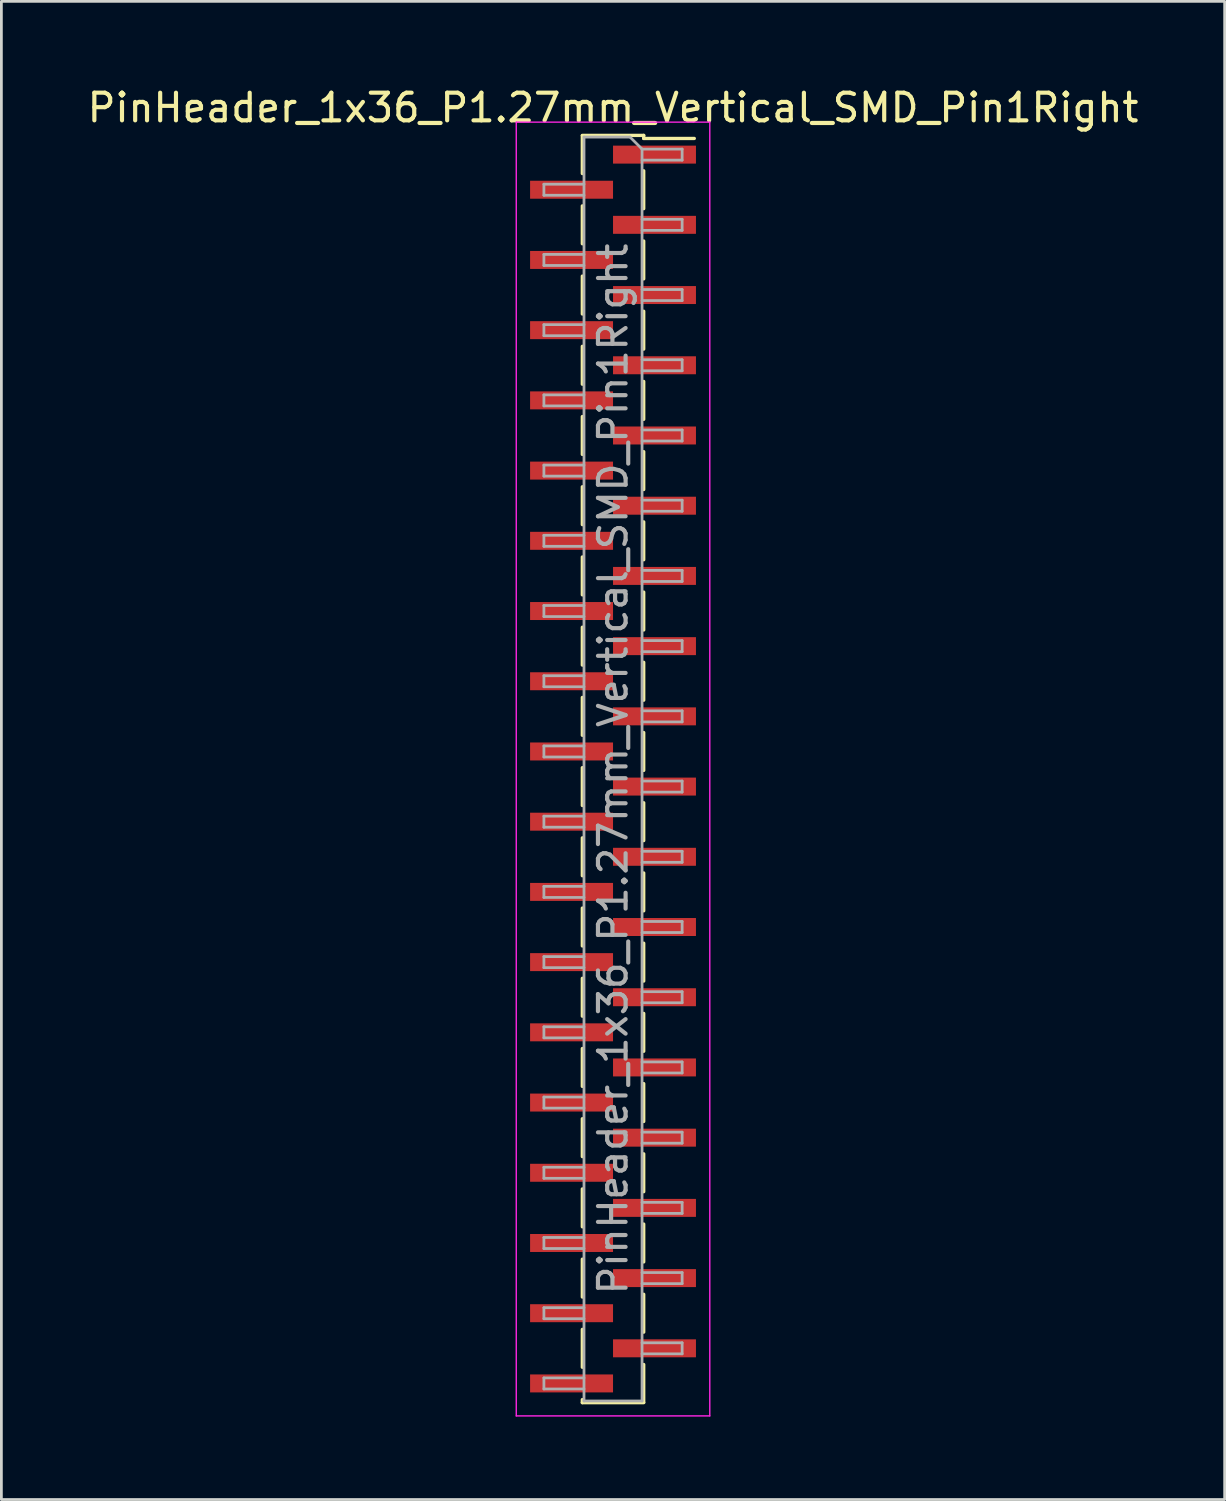
<source format=kicad_pcb>
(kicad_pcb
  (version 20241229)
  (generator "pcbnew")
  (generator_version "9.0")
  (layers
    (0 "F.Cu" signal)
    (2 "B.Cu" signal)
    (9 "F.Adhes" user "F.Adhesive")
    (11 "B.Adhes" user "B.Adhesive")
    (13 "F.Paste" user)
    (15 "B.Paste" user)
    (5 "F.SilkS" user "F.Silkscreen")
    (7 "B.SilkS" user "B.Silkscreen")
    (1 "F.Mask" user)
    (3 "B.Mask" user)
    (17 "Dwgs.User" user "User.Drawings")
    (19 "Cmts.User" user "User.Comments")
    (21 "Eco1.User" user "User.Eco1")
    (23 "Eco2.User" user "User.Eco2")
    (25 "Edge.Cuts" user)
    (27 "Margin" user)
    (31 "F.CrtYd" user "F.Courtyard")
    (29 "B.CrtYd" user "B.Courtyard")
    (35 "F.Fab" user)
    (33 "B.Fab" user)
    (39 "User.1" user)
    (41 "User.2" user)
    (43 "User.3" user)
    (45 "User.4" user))
  (footprint "PinHeader_1x36_P1.27mm_Vertical_SMD_Pin1Right"
    (layer "F.Cu")
    (at 19.125 24.768)
    (property "Reference" "PinHeader_1x36_P1.27mm_Vertical_SMD_Pin1Right" (at 0 -23.92 0) (layer "F.SilkS") (effects (font (size 1 1) (thickness 0.15))))
    (attr smd)
    (fp_line (start -1.11 -22.92) (end 1.11 -22.92) (stroke (width 0.12) (type solid)) (layer "F.SilkS"))
    (fp_line (start -1.11 -22.91) (end -1.11 -21.54) (stroke (width 0.12) (type solid)) (layer "F.SilkS"))
    (fp_line (start -1.11 -20.37) (end -1.11 -19) (stroke (width 0.12) (type solid)) (layer "F.SilkS"))
    (fp_line (start -1.11 -17.83) (end -1.11 -16.46) (stroke (width 0.12) (type solid)) (layer "F.SilkS"))
    (fp_line (start -1.11 -15.29) (end -1.11 -13.92) (stroke (width 0.12) (type solid)) (layer "F.SilkS"))
    (fp_line (start -1.11 -12.75) (end -1.11 -11.38) (stroke (width 0.12) (type solid)) (layer "F.SilkS"))
    (fp_line (start -1.11 -10.21) (end -1.11 -8.84) (stroke (width 0.12) (type solid)) (layer "F.SilkS"))
    (fp_line (start -1.11 -7.67) (end -1.11 -6.3) (stroke (width 0.12) (type solid)) (layer "F.SilkS"))
    (fp_line (start -1.11 -5.13) (end -1.11 -3.76) (stroke (width 0.12) (type solid)) (layer "F.SilkS"))
    (fp_line (start -1.11 -2.59) (end -1.11 -1.22) (stroke (width 0.12) (type solid)) (layer "F.SilkS"))
    (fp_line (start -1.11 -0.05) (end -1.11 1.32) (stroke (width 0.12) (type solid)) (layer "F.SilkS"))
    (fp_line (start -1.11 2.49) (end -1.11 3.86) (stroke (width 0.12) (type solid)) (layer "F.SilkS"))
    (fp_line (start -1.11 5.03) (end -1.11 6.4) (stroke (width 0.12) (type solid)) (layer "F.SilkS"))
    (fp_line (start -1.11 7.57) (end -1.11 8.94) (stroke (width 0.12) (type solid)) (layer "F.SilkS"))
    (fp_line (start -1.11 10.11) (end -1.11 11.48) (stroke (width 0.12) (type solid)) (layer "F.SilkS"))
    (fp_line (start -1.11 12.65) (end -1.11 14.02) (stroke (width 0.12) (type solid)) (layer "F.SilkS"))
    (fp_line (start -1.11 15.19) (end -1.11 16.56) (stroke (width 0.12) (type solid)) (layer "F.SilkS"))
    (fp_line (start -1.11 17.73) (end -1.11 19.1) (stroke (width 0.12) (type solid)) (layer "F.SilkS"))
    (fp_line (start -1.11 20.27) (end -1.11 21.64) (stroke (width 0.12) (type solid)) (layer "F.SilkS"))
    (fp_line (start -1.11 22.81) (end -1.11 22.92) (stroke (width 0.12) (type solid)) (layer "F.SilkS"))
    (fp_line (start -1.11 22.92) (end 1.11 22.92) (stroke (width 0.12) (type solid)) (layer "F.SilkS"))
    (fp_line (start 1.11 -22.92) (end 1.11 -22.81) (stroke (width 0.12) (type solid)) (layer "F.SilkS"))
    (fp_line (start 1.11 -22.81) (end 2.94 -22.81) (stroke (width 0.12) (type solid)) (layer "F.SilkS"))
    (fp_line (start 1.11 -21.64) (end 1.11 -20.27) (stroke (width 0.12) (type solid)) (layer "F.SilkS"))
    (fp_line (start 1.11 -19.1) (end 1.11 -17.73) (stroke (width 0.12) (type solid)) (layer "F.SilkS"))
    (fp_line (start 1.11 -16.56) (end 1.11 -15.19) (stroke (width 0.12) (type solid)) (layer "F.SilkS"))
    (fp_line (start 1.11 -14.02) (end 1.11 -12.65) (stroke (width 0.12) (type solid)) (layer "F.SilkS"))
    (fp_line (start 1.11 -11.48) (end 1.11 -10.11) (stroke (width 0.12) (type solid)) (layer "F.SilkS"))
    (fp_line (start 1.11 -8.94) (end 1.11 -7.57) (stroke (width 0.12) (type solid)) (layer "F.SilkS"))
    (fp_line (start 1.11 -6.4) (end 1.11 -5.03) (stroke (width 0.12) (type solid)) (layer "F.SilkS"))
    (fp_line (start 1.11 -3.86) (end 1.11 -2.49) (stroke (width 0.12) (type solid)) (layer "F.SilkS"))
    (fp_line (start 1.11 -1.32) (end 1.11 0.05) (stroke (width 0.12) (type solid)) (layer "F.SilkS"))
    (fp_line (start 1.11 1.22) (end 1.11 2.59) (stroke (width 0.12) (type solid)) (layer "F.SilkS"))
    (fp_line (start 1.11 3.76) (end 1.11 5.13) (stroke (width 0.12) (type solid)) (layer "F.SilkS"))
    (fp_line (start 1.11 6.3) (end 1.11 7.67) (stroke (width 0.12) (type solid)) (layer "F.SilkS"))
    (fp_line (start 1.11 8.84) (end 1.11 10.21) (stroke (width 0.12) (type solid)) (layer "F.SilkS"))
    (fp_line (start 1.11 11.38) (end 1.11 12.75) (stroke (width 0.12) (type solid)) (layer "F.SilkS"))
    (fp_line (start 1.11 13.92) (end 1.11 15.29) (stroke (width 0.12) (type solid)) (layer "F.SilkS"))
    (fp_line (start 1.11 16.46) (end 1.11 17.83) (stroke (width 0.12) (type solid)) (layer "F.SilkS"))
    (fp_line (start 1.11 19) (end 1.11 20.37) (stroke (width 0.12) (type solid)) (layer "F.SilkS"))
    (fp_line (start 1.11 21.54) (end 1.11 22.91) (stroke (width 0.12) (type solid)) (layer "F.SilkS"))
    (fp_line (start -3.5 -23.4) (end -3.5 23.4) (stroke (width 0.05) (type solid)) (layer "F.CrtYd"))
    (fp_line (start -3.5 23.4) (end 3.5 23.4) (stroke (width 0.05) (type solid)) (layer "F.CrtYd"))
    (fp_line (start 3.5 -23.4) (end -3.5 -23.4) (stroke (width 0.05) (type solid)) (layer "F.CrtYd"))
    (fp_line (start 3.5 23.4) (end 3.5 -23.4) (stroke (width 0.05) (type solid)) (layer "F.CrtYd"))
    (fp_line (start -2.5 -21.155) (end -2.5 -20.755) (stroke (width 0.1) (type solid)) (layer "F.Fab"))
    (fp_line (start -2.5 -20.755) (end -1.05 -20.755) (stroke (width 0.1) (type solid)) (layer "F.Fab"))
    (fp_line (start -2.5 -18.615) (end -2.5 -18.215) (stroke (width 0.1) (type solid)) (layer "F.Fab"))
    (fp_line (start -2.5 -18.215) (end -1.05 -18.215) (stroke (width 0.1) (type solid)) (layer "F.Fab"))
    (fp_line (start -2.5 -16.075) (end -2.5 -15.675) (stroke (width 0.1) (type solid)) (layer "F.Fab"))
    (fp_line (start -2.5 -15.675) (end -1.05 -15.675) (stroke (width 0.1) (type solid)) (layer "F.Fab"))
    (fp_line (start -2.5 -13.535) (end -2.5 -13.135) (stroke (width 0.1) (type solid)) (layer "F.Fab"))
    (fp_line (start -2.5 -13.135) (end -1.05 -13.135) (stroke (width 0.1) (type solid)) (layer "F.Fab"))
    (fp_line (start -2.5 -10.995) (end -2.5 -10.595) (stroke (width 0.1) (type solid)) (layer "F.Fab"))
    (fp_line (start -2.5 -10.595) (end -1.05 -10.595) (stroke (width 0.1) (type solid)) (layer "F.Fab"))
    (fp_line (start -2.5 -8.455) (end -2.5 -8.055) (stroke (width 0.1) (type solid)) (layer "F.Fab"))
    (fp_line (start -2.5 -8.055) (end -1.05 -8.055) (stroke (width 0.1) (type solid)) (layer "F.Fab"))
    (fp_line (start -2.5 -5.915) (end -2.5 -5.515) (stroke (width 0.1) (type solid)) (layer "F.Fab"))
    (fp_line (start -2.5 -5.515) (end -1.05 -5.515) (stroke (width 0.1) (type solid)) (layer "F.Fab"))
    (fp_line (start -2.5 -3.375) (end -2.5 -2.975) (stroke (width 0.1) (type solid)) (layer "F.Fab"))
    (fp_line (start -2.5 -2.975) (end -1.05 -2.975) (stroke (width 0.1) (type solid)) (layer "F.Fab"))
    (fp_line (start -2.5 -0.835) (end -2.5 -0.435) (stroke (width 0.1) (type solid)) (layer "F.Fab"))
    (fp_line (start -2.5 -0.435) (end -1.05 -0.435) (stroke (width 0.1) (type solid)) (layer "F.Fab"))
    (fp_line (start -2.5 1.705) (end -2.5 2.105) (stroke (width 0.1) (type solid)) (layer "F.Fab"))
    (fp_line (start -2.5 2.105) (end -1.05 2.105) (stroke (width 0.1) (type solid)) (layer "F.Fab"))
    (fp_line (start -2.5 4.245) (end -2.5 4.645) (stroke (width 0.1) (type solid)) (layer "F.Fab"))
    (fp_line (start -2.5 4.645) (end -1.05 4.645) (stroke (width 0.1) (type solid)) (layer "F.Fab"))
    (fp_line (start -2.5 6.785) (end -2.5 7.185) (stroke (width 0.1) (type solid)) (layer "F.Fab"))
    (fp_line (start -2.5 7.185) (end -1.05 7.185) (stroke (width 0.1) (type solid)) (layer "F.Fab"))
    (fp_line (start -2.5 9.325) (end -2.5 9.725) (stroke (width 0.1) (type solid)) (layer "F.Fab"))
    (fp_line (start -2.5 9.725) (end -1.05 9.725) (stroke (width 0.1) (type solid)) (layer "F.Fab"))
    (fp_line (start -2.5 11.865) (end -2.5 12.265) (stroke (width 0.1) (type solid)) (layer "F.Fab"))
    (fp_line (start -2.5 12.265) (end -1.05 12.265) (stroke (width 0.1) (type solid)) (layer "F.Fab"))
    (fp_line (start -2.5 14.405) (end -2.5 14.805) (stroke (width 0.1) (type solid)) (layer "F.Fab"))
    (fp_line (start -2.5 14.805) (end -1.05 14.805) (stroke (width 0.1) (type solid)) (layer "F.Fab"))
    (fp_line (start -2.5 16.945) (end -2.5 17.345) (stroke (width 0.1) (type solid)) (layer "F.Fab"))
    (fp_line (start -2.5 17.345) (end -1.05 17.345) (stroke (width 0.1) (type solid)) (layer "F.Fab"))
    (fp_line (start -2.5 19.485) (end -2.5 19.885) (stroke (width 0.1) (type solid)) (layer "F.Fab"))
    (fp_line (start -2.5 19.885) (end -1.05 19.885) (stroke (width 0.1) (type solid)) (layer "F.Fab"))
    (fp_line (start -2.5 22.025) (end -2.5 22.425) (stroke (width 0.1) (type solid)) (layer "F.Fab"))
    (fp_line (start -2.5 22.425) (end -1.05 22.425) (stroke (width 0.1) (type solid)) (layer "F.Fab"))
    (fp_line (start -1.05 -22.86) (end -1.05 22.86) (stroke (width 0.1) (type solid)) (layer "F.Fab"))
    (fp_line (start -1.05 -22.86) (end 0.615 -22.86) (stroke (width 0.1) (type solid)) (layer "F.Fab"))
    (fp_line (start -1.05 -21.155) (end -2.5 -21.155) (stroke (width 0.1) (type solid)) (layer "F.Fab"))
    (fp_line (start -1.05 -18.615) (end -2.5 -18.615) (stroke (width 0.1) (type solid)) (layer "F.Fab"))
    (fp_line (start -1.05 -16.075) (end -2.5 -16.075) (stroke (width 0.1) (type solid)) (layer "F.Fab"))
    (fp_line (start -1.05 -13.535) (end -2.5 -13.535) (stroke (width 0.1) (type solid)) (layer "F.Fab"))
    (fp_line (start -1.05 -10.995) (end -2.5 -10.995) (stroke (width 0.1) (type solid)) (layer "F.Fab"))
    (fp_line (start -1.05 -8.455) (end -2.5 -8.455) (stroke (width 0.1) (type solid)) (layer "F.Fab"))
    (fp_line (start -1.05 -5.915) (end -2.5 -5.915) (stroke (width 0.1) (type solid)) (layer "F.Fab"))
    (fp_line (start -1.05 -3.375) (end -2.5 -3.375) (stroke (width 0.1) (type solid)) (layer "F.Fab"))
    (fp_line (start -1.05 -0.835) (end -2.5 -0.835) (stroke (width 0.1) (type solid)) (layer "F.Fab"))
    (fp_line (start -1.05 1.705) (end -2.5 1.705) (stroke (width 0.1) (type solid)) (layer "F.Fab"))
    (fp_line (start -1.05 4.245) (end -2.5 4.245) (stroke (width 0.1) (type solid)) (layer "F.Fab"))
    (fp_line (start -1.05 6.785) (end -2.5 6.785) (stroke (width 0.1) (type solid)) (layer "F.Fab"))
    (fp_line (start -1.05 9.325) (end -2.5 9.325) (stroke (width 0.1) (type solid)) (layer "F.Fab"))
    (fp_line (start -1.05 11.865) (end -2.5 11.865) (stroke (width 0.1) (type solid)) (layer "F.Fab"))
    (fp_line (start -1.05 14.405) (end -2.5 14.405) (stroke (width 0.1) (type solid)) (layer "F.Fab"))
    (fp_line (start -1.05 16.945) (end -2.5 16.945) (stroke (width 0.1) (type solid)) (layer "F.Fab"))
    (fp_line (start -1.05 19.485) (end -2.5 19.485) (stroke (width 0.1) (type solid)) (layer "F.Fab"))
    (fp_line (start -1.05 22.025) (end -2.5 22.025) (stroke (width 0.1) (type solid)) (layer "F.Fab"))
    (fp_line (start 1.05 -22.425) (end 0.615 -22.86) (stroke (width 0.1) (type solid)) (layer "F.Fab"))
    (fp_line (start 1.05 -22.425) (end 2.5 -22.425) (stroke (width 0.1) (type solid)) (layer "F.Fab"))
    (fp_line (start 1.05 -19.885) (end 2.5 -19.885) (stroke (width 0.1) (type solid)) (layer "F.Fab"))
    (fp_line (start 1.05 -17.345) (end 2.5 -17.345) (stroke (width 0.1) (type solid)) (layer "F.Fab"))
    (fp_line (start 1.05 -14.805) (end 2.5 -14.805) (stroke (width 0.1) (type solid)) (layer "F.Fab"))
    (fp_line (start 1.05 -12.265) (end 2.5 -12.265) (stroke (width 0.1) (type solid)) (layer "F.Fab"))
    (fp_line (start 1.05 -9.725) (end 2.5 -9.725) (stroke (width 0.1) (type solid)) (layer "F.Fab"))
    (fp_line (start 1.05 -7.185) (end 2.5 -7.185) (stroke (width 0.1) (type solid)) (layer "F.Fab"))
    (fp_line (start 1.05 -4.645) (end 2.5 -4.645) (stroke (width 0.1) (type solid)) (layer "F.Fab"))
    (fp_line (start 1.05 -2.105) (end 2.5 -2.105) (stroke (width 0.1) (type solid)) (layer "F.Fab"))
    (fp_line (start 1.05 0.435) (end 2.5 0.435) (stroke (width 0.1) (type solid)) (layer "F.Fab"))
    (fp_line (start 1.05 2.975) (end 2.5 2.975) (stroke (width 0.1) (type solid)) (layer "F.Fab"))
    (fp_line (start 1.05 5.515) (end 2.5 5.515) (stroke (width 0.1) (type solid)) (layer "F.Fab"))
    (fp_line (start 1.05 8.055) (end 2.5 8.055) (stroke (width 0.1) (type solid)) (layer "F.Fab"))
    (fp_line (start 1.05 10.595) (end 2.5 10.595) (stroke (width 0.1) (type solid)) (layer "F.Fab"))
    (fp_line (start 1.05 13.135) (end 2.5 13.135) (stroke (width 0.1) (type solid)) (layer "F.Fab"))
    (fp_line (start 1.05 15.675) (end 2.5 15.675) (stroke (width 0.1) (type solid)) (layer "F.Fab"))
    (fp_line (start 1.05 18.215) (end 2.5 18.215) (stroke (width 0.1) (type solid)) (layer "F.Fab"))
    (fp_line (start 1.05 20.755) (end 2.5 20.755) (stroke (width 0.1) (type solid)) (layer "F.Fab"))
    (fp_line (start 1.05 22.86) (end -1.05 22.86) (stroke (width 0.1) (type solid)) (layer "F.Fab"))
    (fp_line (start 1.05 22.86) (end 1.05 -22.425) (stroke (width 0.1) (type solid)) (layer "F.Fab"))
    (fp_line (start 2.5 -22.425) (end 2.5 -22.025) (stroke (width 0.1) (type solid)) (layer "F.Fab"))
    (fp_line (start 2.5 -22.025) (end 1.05 -22.025) (stroke (width 0.1) (type solid)) (layer "F.Fab"))
    (fp_line (start 2.5 -19.885) (end 2.5 -19.485) (stroke (width 0.1) (type solid)) (layer "F.Fab"))
    (fp_line (start 2.5 -19.485) (end 1.05 -19.485) (stroke (width 0.1) (type solid)) (layer "F.Fab"))
    (fp_line (start 2.5 -17.345) (end 2.5 -16.945) (stroke (width 0.1) (type solid)) (layer "F.Fab"))
    (fp_line (start 2.5 -16.945) (end 1.05 -16.945) (stroke (width 0.1) (type solid)) (layer "F.Fab"))
    (fp_line (start 2.5 -14.805) (end 2.5 -14.405) (stroke (width 0.1) (type solid)) (layer "F.Fab"))
    (fp_line (start 2.5 -14.405) (end 1.05 -14.405) (stroke (width 0.1) (type solid)) (layer "F.Fab"))
    (fp_line (start 2.5 -12.265) (end 2.5 -11.865) (stroke (width 0.1) (type solid)) (layer "F.Fab"))
    (fp_line (start 2.5 -11.865) (end 1.05 -11.865) (stroke (width 0.1) (type solid)) (layer "F.Fab"))
    (fp_line (start 2.5 -9.725) (end 2.5 -9.325) (stroke (width 0.1) (type solid)) (layer "F.Fab"))
    (fp_line (start 2.5 -9.325) (end 1.05 -9.325) (stroke (width 0.1) (type solid)) (layer "F.Fab"))
    (fp_line (start 2.5 -7.185) (end 2.5 -6.785) (stroke (width 0.1) (type solid)) (layer "F.Fab"))
    (fp_line (start 2.5 -6.785) (end 1.05 -6.785) (stroke (width 0.1) (type solid)) (layer "F.Fab"))
    (fp_line (start 2.5 -4.645) (end 2.5 -4.245) (stroke (width 0.1) (type solid)) (layer "F.Fab"))
    (fp_line (start 2.5 -4.245) (end 1.05 -4.245) (stroke (width 0.1) (type solid)) (layer "F.Fab"))
    (fp_line (start 2.5 -2.105) (end 2.5 -1.705) (stroke (width 0.1) (type solid)) (layer "F.Fab"))
    (fp_line (start 2.5 -1.705) (end 1.05 -1.705) (stroke (width 0.1) (type solid)) (layer "F.Fab"))
    (fp_line (start 2.5 0.435) (end 2.5 0.835) (stroke (width 0.1) (type solid)) (layer "F.Fab"))
    (fp_line (start 2.5 0.835) (end 1.05 0.835) (stroke (width 0.1) (type solid)) (layer "F.Fab"))
    (fp_line (start 2.5 2.975) (end 2.5 3.375) (stroke (width 0.1) (type solid)) (layer "F.Fab"))
    (fp_line (start 2.5 3.375) (end 1.05 3.375) (stroke (width 0.1) (type solid)) (layer "F.Fab"))
    (fp_line (start 2.5 5.515) (end 2.5 5.915) (stroke (width 0.1) (type solid)) (layer "F.Fab"))
    (fp_line (start 2.5 5.915) (end 1.05 5.915) (stroke (width 0.1) (type solid)) (layer "F.Fab"))
    (fp_line (start 2.5 8.055) (end 2.5 8.455) (stroke (width 0.1) (type solid)) (layer "F.Fab"))
    (fp_line (start 2.5 8.455) (end 1.05 8.455) (stroke (width 0.1) (type solid)) (layer "F.Fab"))
    (fp_line (start 2.5 10.595) (end 2.5 10.995) (stroke (width 0.1) (type solid)) (layer "F.Fab"))
    (fp_line (start 2.5 10.995) (end 1.05 10.995) (stroke (width 0.1) (type solid)) (layer "F.Fab"))
    (fp_line (start 2.5 13.135) (end 2.5 13.535) (stroke (width 0.1) (type solid)) (layer "F.Fab"))
    (fp_line (start 2.5 13.535) (end 1.05 13.535) (stroke (width 0.1) (type solid)) (layer "F.Fab"))
    (fp_line (start 2.5 15.675) (end 2.5 16.075) (stroke (width 0.1) (type solid)) (layer "F.Fab"))
    (fp_line (start 2.5 16.075) (end 1.05 16.075) (stroke (width 0.1) (type solid)) (layer "F.Fab"))
    (fp_line (start 2.5 18.215) (end 2.5 18.615) (stroke (width 0.1) (type solid)) (layer "F.Fab"))
    (fp_line (start 2.5 18.615) (end 1.05 18.615) (stroke (width 0.1) (type solid)) (layer "F.Fab"))
    (fp_line (start 2.5 20.755) (end 2.5 21.155) (stroke (width 0.1) (type solid)) (layer "F.Fab"))
    (fp_line (start 2.5 21.155) (end 1.05 21.155) (stroke (width 0.1) (type solid)) (layer "F.Fab"))
    (fp_text user "${REFERENCE}" (at 0 0 90) (layer "F.Fab") (effects (font (size 1 1) (thickness 0.15))))
    (pad "1" smd rect (at 1.5 -22.225) (size 3 0.65) (layers "F.Cu" "F.Mask" "F.Paste"))
    (pad "2" smd rect (at -1.5 -20.955) (size 3 0.65) (layers "F.Cu" "F.Mask" "F.Paste"))
    (pad "3" smd rect (at 1.5 -19.685) (size 3 0.65) (layers "F.Cu" "F.Mask" "F.Paste"))
    (pad "4" smd rect (at -1.5 -18.415) (size 3 0.65) (layers "F.Cu" "F.Mask" "F.Paste"))
    (pad "5" smd rect (at 1.5 -17.145) (size 3 0.65) (layers "F.Cu" "F.Mask" "F.Paste"))
    (pad "6" smd rect (at -1.5 -15.875) (size 3 0.65) (layers "F.Cu" "F.Mask" "F.Paste"))
    (pad "7" smd rect (at 1.5 -14.605) (size 3 0.65) (layers "F.Cu" "F.Mask" "F.Paste"))
    (pad "8" smd rect (at -1.5 -13.335) (size 3 0.65) (layers "F.Cu" "F.Mask" "F.Paste"))
    (pad "9" smd rect (at 1.5 -12.065) (size 3 0.65) (layers "F.Cu" "F.Mask" "F.Paste"))
    (pad "10" smd rect (at -1.5 -10.795) (size 3 0.65) (layers "F.Cu" "F.Mask" "F.Paste"))
    (pad "11" smd rect (at 1.5 -9.525) (size 3 0.65) (layers "F.Cu" "F.Mask" "F.Paste"))
    (pad "12" smd rect (at -1.5 -8.255) (size 3 0.65) (layers "F.Cu" "F.Mask" "F.Paste"))
    (pad "13" smd rect (at 1.5 -6.985) (size 3 0.65) (layers "F.Cu" "F.Mask" "F.Paste"))
    (pad "14" smd rect (at -1.5 -5.715) (size 3 0.65) (layers "F.Cu" "F.Mask" "F.Paste"))
    (pad "15" smd rect (at 1.5 -4.445) (size 3 0.65) (layers "F.Cu" "F.Mask" "F.Paste"))
    (pad "16" smd rect (at -1.5 -3.175) (size 3 0.65) (layers "F.Cu" "F.Mask" "F.Paste"))
    (pad "17" smd rect (at 1.5 -1.905) (size 3 0.65) (layers "F.Cu" "F.Mask" "F.Paste"))
    (pad "18" smd rect (at -1.5 -0.635) (size 3 0.65) (layers "F.Cu" "F.Mask" "F.Paste"))
    (pad "19" smd rect (at 1.5 0.635) (size 3 0.65) (layers "F.Cu" "F.Mask" "F.Paste"))
    (pad "20" smd rect (at -1.5 1.905) (size 3 0.65) (layers "F.Cu" "F.Mask" "F.Paste"))
    (pad "21" smd rect (at 1.5 3.175) (size 3 0.65) (layers "F.Cu" "F.Mask" "F.Paste"))
    (pad "22" smd rect (at -1.5 4.445) (size 3 0.65) (layers "F.Cu" "F.Mask" "F.Paste"))
    (pad "23" smd rect (at 1.5 5.715) (size 3 0.65) (layers "F.Cu" "F.Mask" "F.Paste"))
    (pad "24" smd rect (at -1.5 6.985) (size 3 0.65) (layers "F.Cu" "F.Mask" "F.Paste"))
    (pad "25" smd rect (at 1.5 8.255) (size 3 0.65) (layers "F.Cu" "F.Mask" "F.Paste"))
    (pad "26" smd rect (at -1.5 9.525) (size 3 0.65) (layers "F.Cu" "F.Mask" "F.Paste"))
    (pad "27" smd rect (at 1.5 10.795) (size 3 0.65) (layers "F.Cu" "F.Mask" "F.Paste"))
    (pad "28" smd rect (at -1.5 12.065) (size 3 0.65) (layers "F.Cu" "F.Mask" "F.Paste"))
    (pad "29" smd rect (at 1.5 13.335) (size 3 0.65) (layers "F.Cu" "F.Mask" "F.Paste"))
    (pad "30" smd rect (at -1.5 14.605) (size 3 0.65) (layers "F.Cu" "F.Mask" "F.Paste"))
    (pad "31" smd rect (at 1.5 15.875) (size 3 0.65) (layers "F.Cu" "F.Mask" "F.Paste"))
    (pad "32" smd rect (at -1.5 17.145) (size 3 0.65) (layers "F.Cu" "F.Mask" "F.Paste"))
    (pad "33" smd rect (at 1.5 18.415) (size 3 0.65) (layers "F.Cu" "F.Mask" "F.Paste"))
    (pad "34" smd rect (at -1.5 19.685) (size 3 0.65) (layers "F.Cu" "F.Mask" "F.Paste"))
    (pad "35" smd rect (at 1.5 20.955) (size 3 0.65) (layers "F.Cu" "F.Mask" "F.Paste"))
    (pad "36" smd rect (at -1.5 22.225) (size 3 0.65) (layers "F.Cu" "F.Mask" "F.Paste")))
  (gr_rect
    (start -3 -3)
    (end 41.25 51.193)
    (stroke (width 0.1) (type default))
    (fill no)
    (layer "Edge.Cuts")))
</source>
